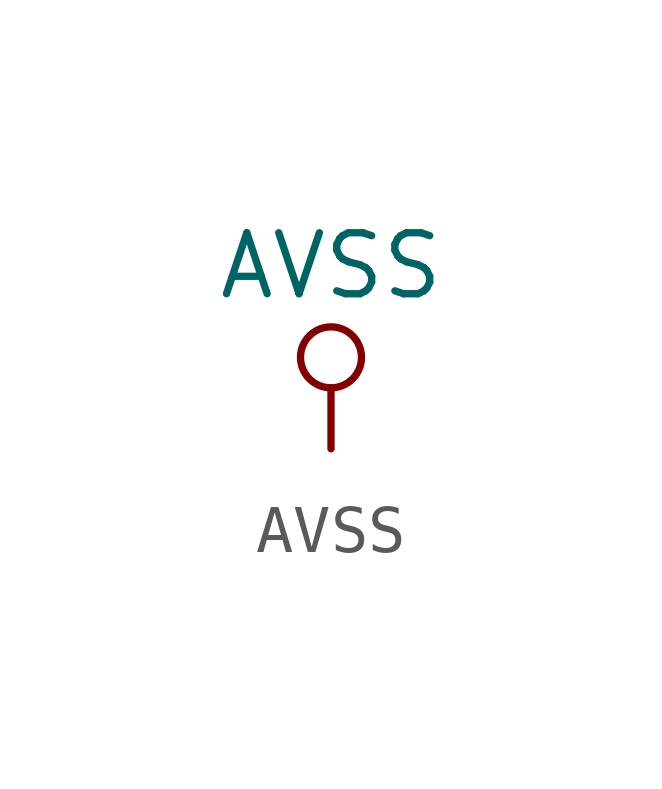
<source format=kicad_sym>
(kicad_symbol_lib
  (version 20211014)
  (generator kicad_symbol_editor)
  (symbol "AVSS"
    (power)
    (pin_names
      (offset 0))
    (property "Reference" "#PWR"
      (at 0 -3.81 0)
      (effects (font (size 1.27 1.27)) hide))
    (property "Value" "AVSS"
      (at 0 3.81 0)
      (effects (font (size 1.27 1.27))))
    (symbol "AVSS_0_1"
      (polyline (pts (xy 0 0) (xy 0 1.27)) (stroke (width 0) (type default) (color 0 0 0 0)) (fill (type none)))
      (circle (center 0 1.905) (radius 0.635) (stroke (width 0) (type default) (color 0 0 0 0)) (fill (type none))))
    (symbol "AVSS_1_1"
      (pin power_in line (at 0 0 90) (length 0) hide (name "AVSS" (effects (font (size 1.27 1.27)))) (number "1" (effects (font (size 1.27 1.27))))))))
</source>
